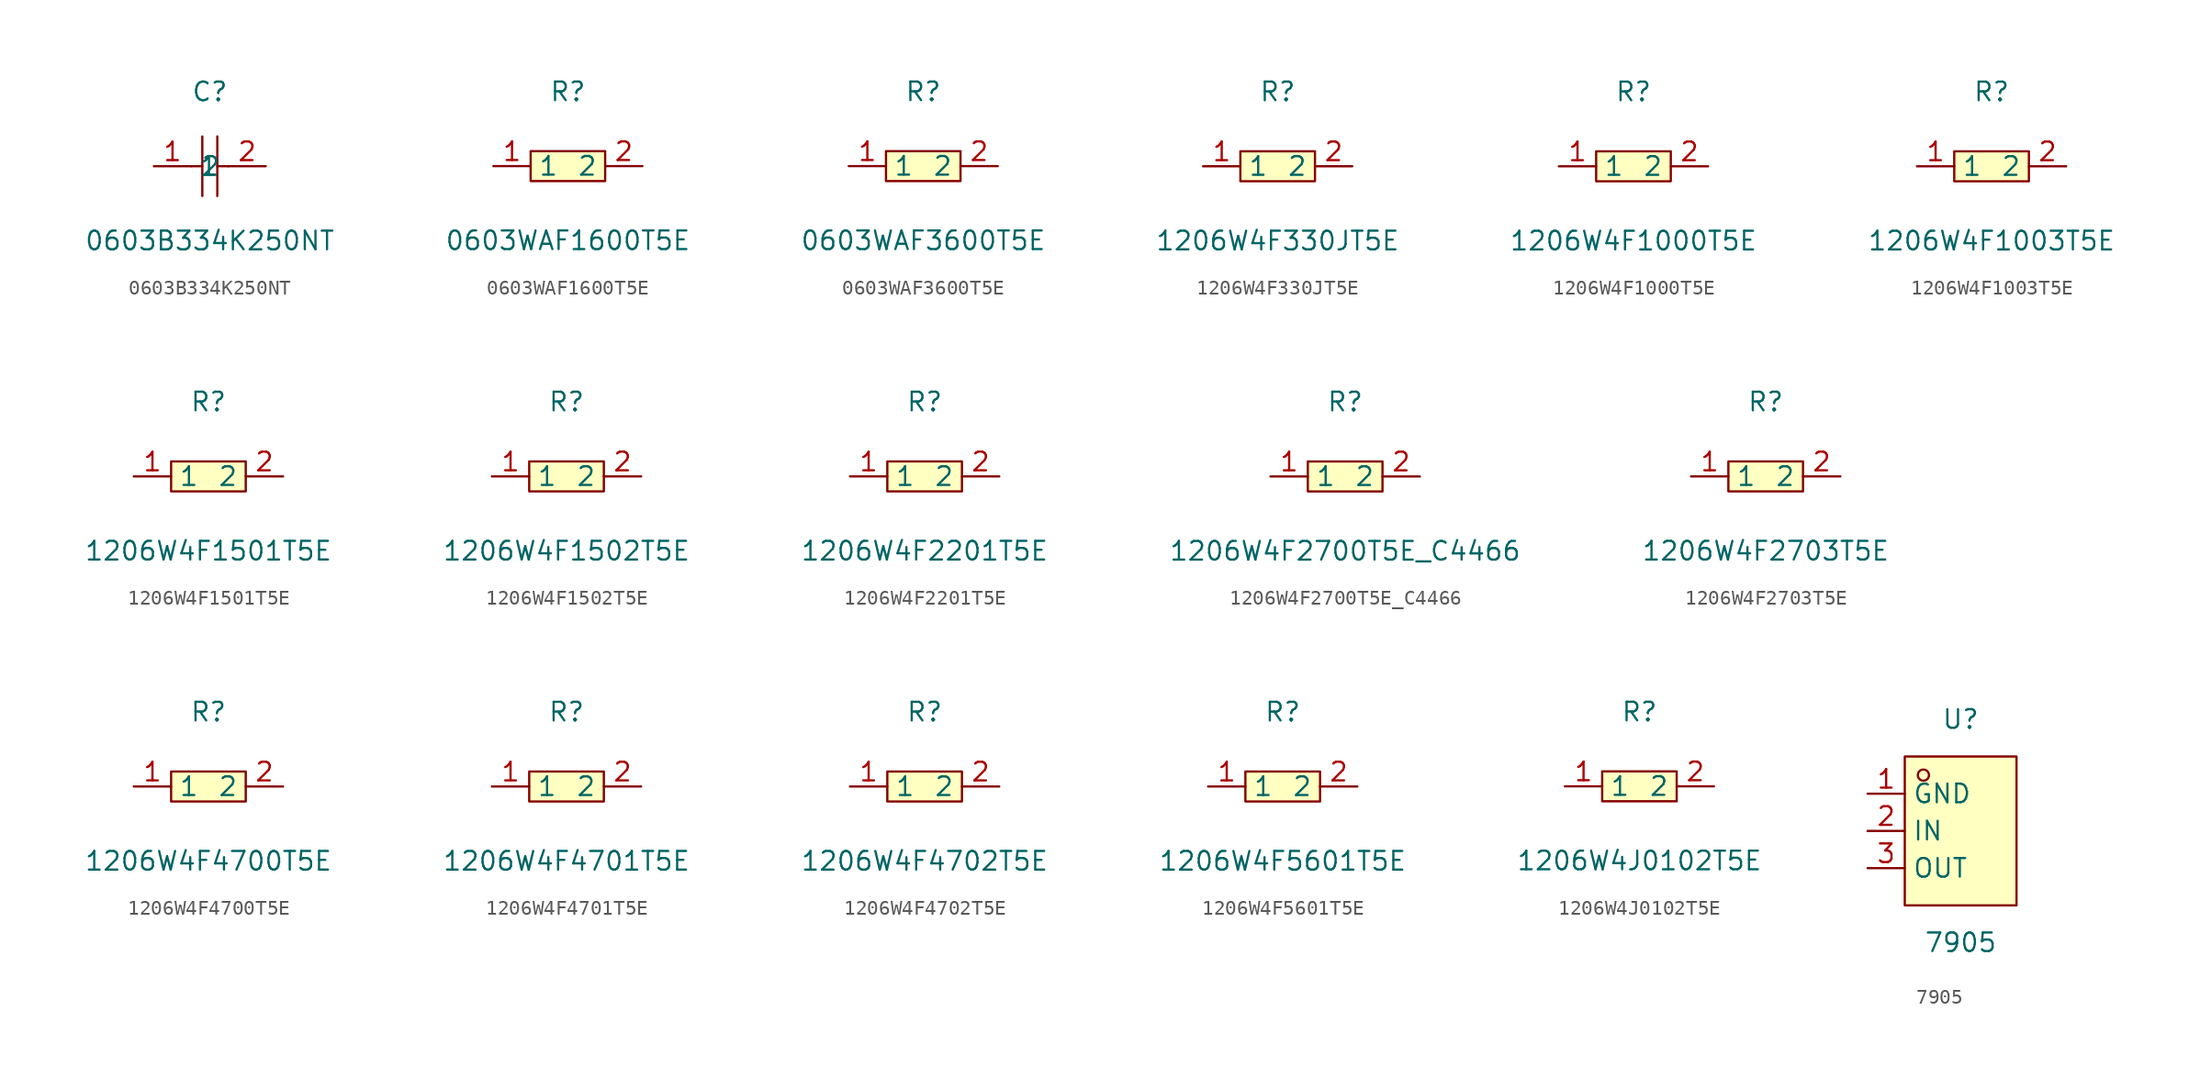
<source format=kicad_sym>
(kicad_symbol_lib
  (version 20211014)
  (generator https://github.com/uPesy/easyeda2kicad.py)
  (symbol "0603B334K250NT"
    (property "Reference" "C"
      (at 0 5.08 0)
      (effects (font (size 1.27 1.27))))
    (property "Value" "0603B334K250NT"
      (at 0 -5.08 0)
      (effects (font (size 1.27 1.27))))
    (symbol "0603B334K250NT_0_1"
      (polyline (pts (xy -0.51 2.03) (xy -0.51 -2.03)) (stroke (width 0) (type default) (color 0 0 0 0)) (fill (type none)))
      (polyline (pts (xy 0.51 2.03) (xy 0.51 -2.03)) (stroke (width 0) (type default) (color 0 0 0 0)) (fill (type none)))
      (polyline (pts (xy -1.27 -0.00) (xy -0.51 -0.00)) (stroke (width 0) (type default) (color 0 0 0 0)) (fill (type none)))
      (polyline (pts (xy 0.51 -0.00) (xy 1.27 -0.00)) (stroke (width 0) (type default) (color 0 0 0 0)) (fill (type none)))
      (pin input line (at -3.81 -0.00 0) (length 2.54) (name "1" (effects (font (size 1.27 1.27)))) (number "1" (effects (font (size 1.27 1.27)))))
      (pin input line (at 3.81 -0.00 180) (length 2.54) (name "2" (effects (font (size 1.27 1.27)))) (number "2" (effects (font (size 1.27 1.27)))))))
  (symbol "0603WAF1600T5E"
    (property "Reference" "R"
      (at 0 5.08 0)
      (effects (font (size 1.27 1.27))))
    (property "Value" "0603WAF1600T5E"
      (at 0 -5.08 0)
      (effects (font (size 1.27 1.27))))
    (symbol "0603WAF1600T5E_0_1"
      (rectangle (start -2.54 1.02) (end 2.54 -1.02) (stroke (width 0) (type default) (color 0 0 0 0)) (fill (type background)))
      (pin input line (at 5.08 -0.00 180) (length 2.54) (name "2" (effects (font (size 1.27 1.27)))) (number "2" (effects (font (size 1.27 1.27)))))
      (pin input line (at -5.08 -0.00 0) (length 2.54) (name "1" (effects (font (size 1.27 1.27)))) (number "1" (effects (font (size 1.27 1.27)))))))
  (symbol "0603WAF3600T5E"
    (property "Reference" "R"
      (at 0 5.08 0)
      (effects (font (size 1.27 1.27))))
    (property "Value" "0603WAF3600T5E"
      (at 0 -5.08 0)
      (effects (font (size 1.27 1.27))))
    (symbol "0603WAF3600T5E_0_1"
      (rectangle (start -2.54 1.02) (end 2.54 -1.02) (stroke (width 0) (type default) (color 0 0 0 0)) (fill (type background)))
      (pin input line (at 5.08 -0.00 180) (length 2.54) (name "2" (effects (font (size 1.27 1.27)))) (number "2" (effects (font (size 1.27 1.27)))))
      (pin input line (at -5.08 -0.00 0) (length 2.54) (name "1" (effects (font (size 1.27 1.27)))) (number "1" (effects (font (size 1.27 1.27)))))))
  (symbol "1206W4F330JT5E"
    (property "Reference" "R"
      (at 0 5.08 0)
      (effects (font (size 1.27 1.27))))
    (property "Value" "1206W4F330JT5E"
      (at 0 -5.08 0)
      (effects (font (size 1.27 1.27))))
    (symbol "1206W4F330JT5E_0_1"
      (rectangle (start -2.54 1.02) (end 2.54 -1.02) (stroke (width 0) (type default) (color 0 0 0 0)) (fill (type background)))
      (pin input line (at 5.08 -0.00 180) (length 2.54) (name "2" (effects (font (size 1.27 1.27)))) (number "2" (effects (font (size 1.27 1.27)))))
      (pin input line (at -5.08 -0.00 0) (length 2.54) (name "1" (effects (font (size 1.27 1.27)))) (number "1" (effects (font (size 1.27 1.27)))))))
  (symbol "1206W4F1000T5E"
    (property "Reference" "R"
      (at 0 5.08 0)
      (effects (font (size 1.27 1.27))))
    (property "Value" "1206W4F1000T5E"
      (at 0 -5.08 0)
      (effects (font (size 1.27 1.27))))
    (symbol "1206W4F1000T5E_0_1"
      (rectangle (start -2.54 1.02) (end 2.54 -1.02) (stroke (width 0) (type default) (color 0 0 0 0)) (fill (type background)))
      (pin input line (at 5.08 -0.00 180) (length 2.54) (name "2" (effects (font (size 1.27 1.27)))) (number "2" (effects (font (size 1.27 1.27)))))
      (pin input line (at -5.08 -0.00 0) (length 2.54) (name "1" (effects (font (size 1.27 1.27)))) (number "1" (effects (font (size 1.27 1.27)))))))
  (symbol "1206W4F1003T5E"
    (property "Reference" "R"
      (at 0 5.08 0)
      (effects (font (size 1.27 1.27))))
    (property "Value" "1206W4F1003T5E"
      (at 0 -5.08 0)
      (effects (font (size 1.27 1.27))))
    (symbol "1206W4F1003T5E_0_1"
      (rectangle (start -2.54 1.02) (end 2.54 -1.02) (stroke (width 0) (type default) (color 0 0 0 0)) (fill (type background)))
      (pin input line (at 5.08 -0.00 180) (length 2.54) (name "2" (effects (font (size 1.27 1.27)))) (number "2" (effects (font (size 1.27 1.27)))))
      (pin input line (at -5.08 -0.00 0) (length 2.54) (name "1" (effects (font (size 1.27 1.27)))) (number "1" (effects (font (size 1.27 1.27)))))))
  (symbol "1206W4F1501T5E"
    (property "Reference" "R"
      (at 0 5.08 0)
      (effects (font (size 1.27 1.27))))
    (property "Value" "1206W4F1501T5E"
      (at 0 -5.08 0)
      (effects (font (size 1.27 1.27))))
    (symbol "1206W4F1501T5E_0_1"
      (rectangle (start -2.54 1.02) (end 2.54 -1.02) (stroke (width 0) (type default) (color 0 0 0 0)) (fill (type background)))
      (pin input line (at 5.08 -0.00 180) (length 2.54) (name "2" (effects (font (size 1.27 1.27)))) (number "2" (effects (font (size 1.27 1.27)))))
      (pin input line (at -5.08 -0.00 0) (length 2.54) (name "1" (effects (font (size 1.27 1.27)))) (number "1" (effects (font (size 1.27 1.27)))))))
  (symbol "1206W4F1502T5E"
    (property "Reference" "R"
      (at 0 5.08 0)
      (effects (font (size 1.27 1.27))))
    (property "Value" "1206W4F1502T5E"
      (at 0 -5.08 0)
      (effects (font (size 1.27 1.27))))
    (symbol "1206W4F1502T5E_0_1"
      (rectangle (start -2.54 1.02) (end 2.54 -1.02) (stroke (width 0) (type default) (color 0 0 0 0)) (fill (type background)))
      (pin input line (at 5.08 -0.00 180) (length 2.54) (name "2" (effects (font (size 1.27 1.27)))) (number "2" (effects (font (size 1.27 1.27)))))
      (pin input line (at -5.08 -0.00 0) (length 2.54) (name "1" (effects (font (size 1.27 1.27)))) (number "1" (effects (font (size 1.27 1.27)))))))
  (symbol "1206W4F2201T5E"
    (property "Reference" "R"
      (at 0 5.08 0)
      (effects (font (size 1.27 1.27))))
    (property "Value" "1206W4F2201T5E"
      (at 0 -5.08 0)
      (effects (font (size 1.27 1.27))))
    (symbol "1206W4F2201T5E_0_1"
      (rectangle (start -2.54 1.02) (end 2.54 -1.02) (stroke (width 0) (type default) (color 0 0 0 0)) (fill (type background)))
      (pin input line (at 5.08 -0.00 180) (length 2.54) (name "2" (effects (font (size 1.27 1.27)))) (number "2" (effects (font (size 1.27 1.27)))))
      (pin input line (at -5.08 -0.00 0) (length 2.54) (name "1" (effects (font (size 1.27 1.27)))) (number "1" (effects (font (size 1.27 1.27)))))))
  (symbol "1206W4F2700T5E_C4466"
    (property "Reference" "R"
      (at 0 5.08 0)
      (effects (font (size 1.27 1.27))))
    (property "Value" "1206W4F2700T5E_C4466"
      (at 0 -5.08 0)
      (effects (font (size 1.27 1.27))))
    (symbol "1206W4F2700T5E_C4466_0_1"
      (rectangle (start -2.54 1.02) (end 2.54 -1.02) (stroke (width 0) (type default) (color 0 0 0 0)) (fill (type background)))
      (pin unspecified line (at 5.08 -0.00 180) (length 2.54) (name "2" (effects (font (size 1.27 1.27)))) (number "2" (effects (font (size 1.27 1.27)))))
      (pin unspecified line (at -5.08 -0.00 0) (length 2.54) (name "1" (effects (font (size 1.27 1.27)))) (number "1" (effects (font (size 1.27 1.27)))))))
  (symbol "1206W4F2703T5E"
    (property "Reference" "R"
      (at 0 5.08 0)
      (effects (font (size 1.27 1.27))))
    (property "Value" "1206W4F2703T5E"
      (at 0 -5.08 0)
      (effects (font (size 1.27 1.27))))
    (symbol "1206W4F2703T5E_0_1"
      (rectangle (start -2.54 1.02) (end 2.54 -1.02) (stroke (width 0) (type default) (color 0 0 0 0)) (fill (type background)))
      (pin input line (at 5.08 -0.00 180) (length 2.54) (name "2" (effects (font (size 1.27 1.27)))) (number "2" (effects (font (size 1.27 1.27)))))
      (pin input line (at -5.08 -0.00 0) (length 2.54) (name "1" (effects (font (size 1.27 1.27)))) (number "1" (effects (font (size 1.27 1.27)))))))
  (symbol "1206W4F4700T5E"
    (property "Reference" "R"
      (at 0 5.08 0)
      (effects (font (size 1.27 1.27))))
    (property "Value" "1206W4F4700T5E"
      (at 0 -5.08 0)
      (effects (font (size 1.27 1.27))))
    (symbol "1206W4F4700T5E_0_1"
      (rectangle (start -2.54 1.02) (end 2.54 -1.02) (stroke (width 0) (type default) (color 0 0 0 0)) (fill (type background)))
      (pin input line (at 5.08 -0.00 180) (length 2.54) (name "2" (effects (font (size 1.27 1.27)))) (number "2" (effects (font (size 1.27 1.27)))))
      (pin input line (at -5.08 -0.00 0) (length 2.54) (name "1" (effects (font (size 1.27 1.27)))) (number "1" (effects (font (size 1.27 1.27)))))))
  (symbol "1206W4F4701T5E"
    (property "Reference" "R"
      (at 0 5.08 0)
      (effects (font (size 1.27 1.27))))
    (property "Value" "1206W4F4701T5E"
      (at 0 -5.08 0)
      (effects (font (size 1.27 1.27))))
    (symbol "1206W4F4701T5E_0_1"
      (rectangle (start -2.54 1.02) (end 2.54 -1.02) (stroke (width 0) (type default) (color 0 0 0 0)) (fill (type background)))
      (pin input line (at 5.08 -0.00 180) (length 2.54) (name "2" (effects (font (size 1.27 1.27)))) (number "2" (effects (font (size 1.27 1.27)))))
      (pin input line (at -5.08 -0.00 0) (length 2.54) (name "1" (effects (font (size 1.27 1.27)))) (number "1" (effects (font (size 1.27 1.27)))))))
  (symbol "1206W4F4702T5E"
    (property "Reference" "R"
      (at 0 5.08 0)
      (effects (font (size 1.27 1.27))))
    (property "Value" "1206W4F4702T5E"
      (at 0 -5.08 0)
      (effects (font (size 1.27 1.27))))
    (symbol "1206W4F4702T5E_0_1"
      (rectangle (start -2.54 1.02) (end 2.54 -1.02) (stroke (width 0) (type default) (color 0 0 0 0)) (fill (type background)))
      (pin input line (at 5.08 -0.00 180) (length 2.54) (name "2" (effects (font (size 1.27 1.27)))) (number "2" (effects (font (size 1.27 1.27)))))
      (pin input line (at -5.08 -0.00 0) (length 2.54) (name "1" (effects (font (size 1.27 1.27)))) (number "1" (effects (font (size 1.27 1.27)))))))
  (symbol "1206W4F5601T5E"
    (property "Reference" "R"
      (at 0 5.08 0)
      (effects (font (size 1.27 1.27))))
    (property "Value" "1206W4F5601T5E"
      (at 0 -5.08 0)
      (effects (font (size 1.27 1.27))))
    (symbol "1206W4F5601T5E_0_1"
      (rectangle (start -2.54 1.02) (end 2.54 -1.02) (stroke (width 0) (type default) (color 0 0 0 0)) (fill (type background)))
      (pin input line (at 5.08 -0.00 180) (length 2.54) (name "2" (effects (font (size 1.27 1.27)))) (number "2" (effects (font (size 1.27 1.27)))))
      (pin input line (at -5.08 -0.00 0) (length 2.54) (name "1" (effects (font (size 1.27 1.27)))) (number "1" (effects (font (size 1.27 1.27)))))))
  (symbol "1206W4J0102T5E"
    (property "Reference" "R"
      (at 0 5.08 0)
      (effects (font (size 1.27 1.27))))
    (property "Value" "1206W4J0102T5E"
      (at 0 -5.08 0)
      (effects (font (size 1.27 1.27))))
    (symbol "1206W4J0102T5E_0_1"
      (rectangle (start -2.54 1.02) (end 2.54 -1.02) (stroke (width 0) (type default) (color 0 0 0 0)) (fill (type background)))
      (pin input line (at 5.08 -0.00 180) (length 2.54) (name "2" (effects (font (size 1.27 1.27)))) (number "2" (effects (font (size 1.27 1.27)))))
      (pin input line (at -5.08 -0.00 0) (length 2.54) (name "1" (effects (font (size 1.27 1.27)))) (number "1" (effects (font (size 1.27 1.27)))))))
  (symbol "7905"
    (property "Reference" "U"
      (at 0 7.62 0)
      (effects (font (size 1.27 1.27))))
    (property "Value" "7905"
      (at 0 -7.62 0)
      (effects (font (size 1.27 1.27))))
    (symbol "7905_0_1"
      (rectangle (start -3.81 5.08) (end 3.81 -5.08) (stroke (width 0) (type default) (color 0 0 0 0)) (fill (type background)))
      (circle (center -2.54 3.81) (radius 0.38) (stroke (width 0) (type default) (color 0 0 0 0)) (fill (type none)))
      (pin unspecified line (at -6.35 2.54 0) (length 2.54) (name "GND" (effects (font (size 1.27 1.27)))) (number "1" (effects (font (size 1.27 1.27)))))
      (pin unspecified line (at -6.35 -0.00 0) (length 2.54) (name "IN" (effects (font (size 1.27 1.27)))) (number "2" (effects (font (size 1.27 1.27)))))
      (pin unspecified line (at -6.35 -2.54 0) (length 2.54) (name "OUT" (effects (font (size 1.27 1.27)))) (number "3" (effects (font (size 1.27 1.27))))))))
</source>
